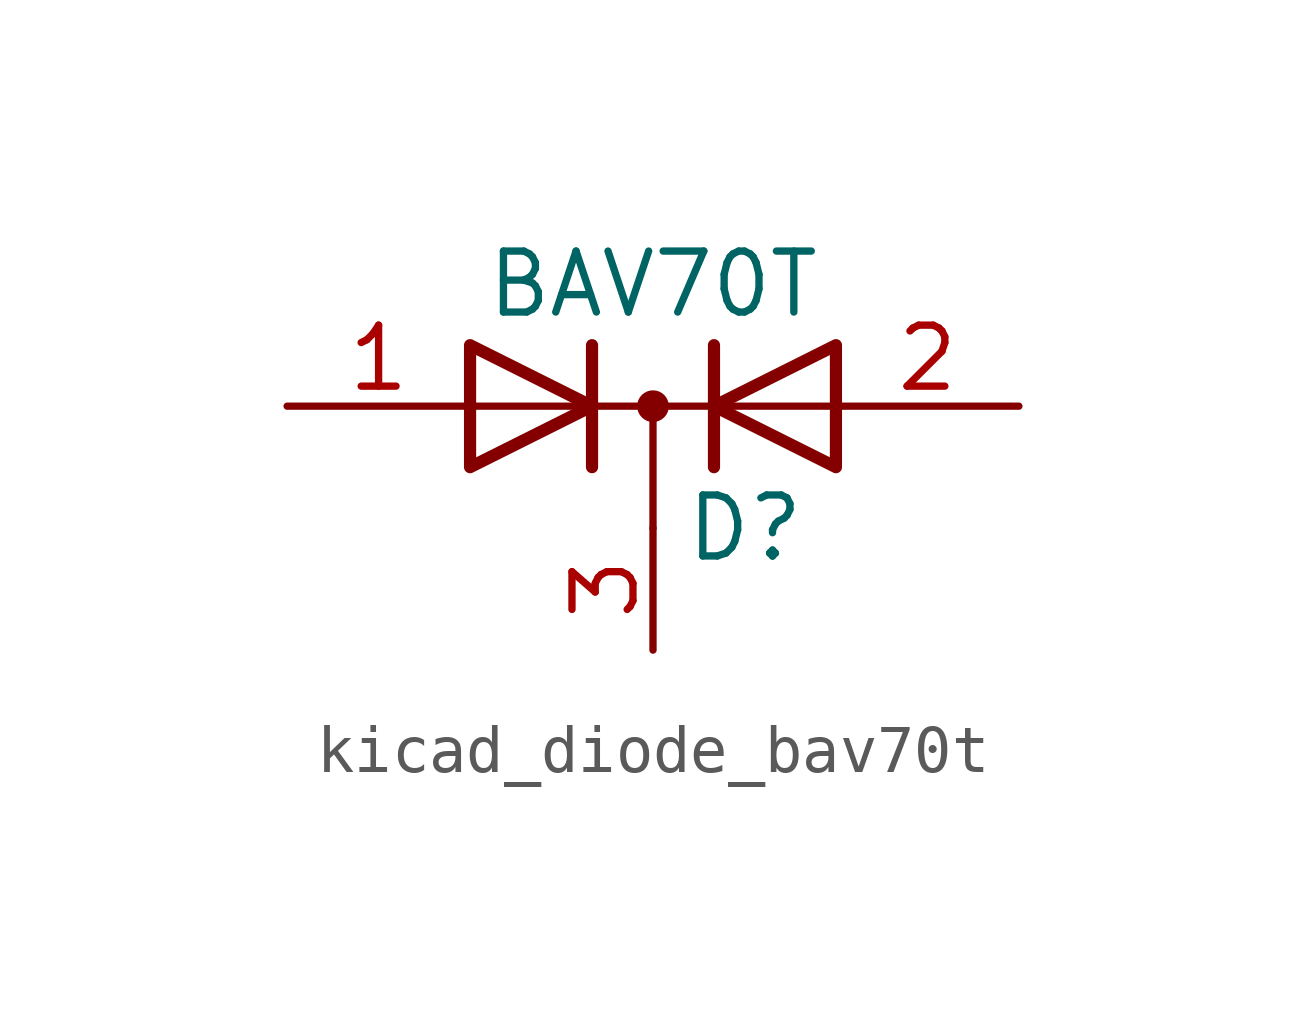
<source format=kicad_sym>
(kicad_symbol_lib
  (version 20220914)
  (generator kicad_symbol_editor)
  (symbol "kicad_diode_bav70t"
    (pin_names hide)
    (property "Reference" "D"
      (at 0.635 -2.54 0)
      (effects (font (size 1.27 1.27)) (justify left)))
    (property "Value" "BAV70T"
      (at 0 2.54 0)
      (effects (font (size 1.27 1.27))))
    (symbol "kicad_diode_bav70t_0_1"
      (polyline (pts (xy -3.81 0) (xy 3.81 0)) (stroke (width 0) (type default)) (fill (type none)))
      (polyline (pts (xy 0 0) (xy 0 -2.54)) (stroke (width 0) (type default)) (fill (type none)))
      (polyline (pts (xy -1.27 -1.27) (xy -1.27 1.27) (xy -1.27 1.27)) (stroke (width 0.254) (type default)) (fill (type none)))
      (polyline (pts (xy 1.27 -1.27) (xy 1.27 1.27) (xy 1.27 1.27)) (stroke (width 0.254) (type default)) (fill (type none)))
      (polyline (pts (xy -3.81 1.27) (xy -1.27 0) (xy -3.81 -1.27) (xy -3.81 1.27) (xy -3.81 1.27) (xy -3.81 1.27)) (stroke (width 0.254) (type default)) (fill (type none)))
      (polyline (pts (xy 3.81 -1.27) (xy 1.27 0) (xy 3.81 1.27) (xy 3.81 -1.27) (xy 3.81 -1.27) (xy 3.81 -1.27)) (stroke (width 0.254) (type default)) (fill (type none)))
      (circle (center 0 0) (radius 0.254) (stroke (width 0) (type default)) (fill (type outline)))
      (pin passive line (at -7.62 0 0) (length 3.81) (name "A" (effects (font (size 1.27 1.27)))) (number "1" (effects (font (size 1.27 1.27)))))
      (pin passive line (at 7.62 0 180) (length 3.81) (name "A" (effects (font (size 1.27 1.27)))) (number "2" (effects (font (size 1.27 1.27)))))
      (pin passive line (at 0 -5.08 90) (length 2.54) (name "K" (effects (font (size 1.27 1.27)))) (number "3" (effects (font (size 1.27 1.27))))))))
</source>
